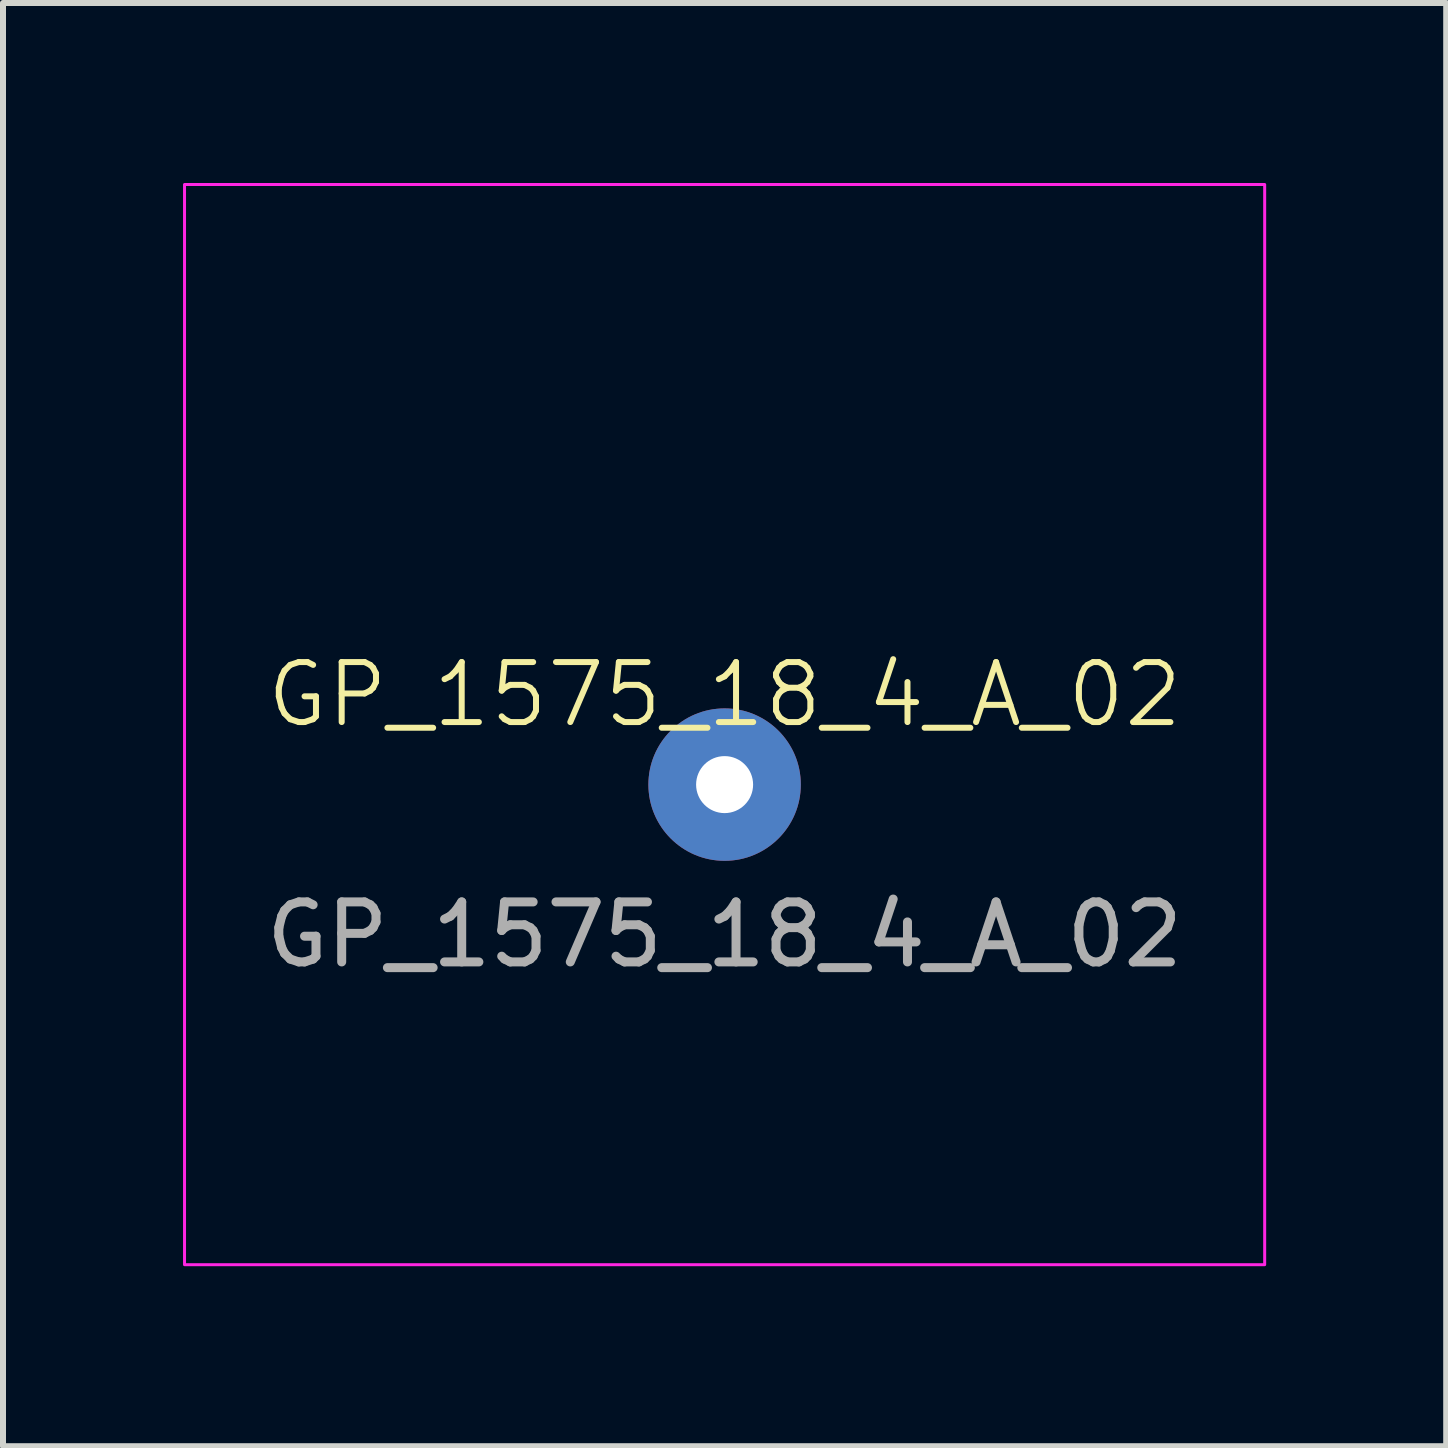
<source format=kicad_pcb>
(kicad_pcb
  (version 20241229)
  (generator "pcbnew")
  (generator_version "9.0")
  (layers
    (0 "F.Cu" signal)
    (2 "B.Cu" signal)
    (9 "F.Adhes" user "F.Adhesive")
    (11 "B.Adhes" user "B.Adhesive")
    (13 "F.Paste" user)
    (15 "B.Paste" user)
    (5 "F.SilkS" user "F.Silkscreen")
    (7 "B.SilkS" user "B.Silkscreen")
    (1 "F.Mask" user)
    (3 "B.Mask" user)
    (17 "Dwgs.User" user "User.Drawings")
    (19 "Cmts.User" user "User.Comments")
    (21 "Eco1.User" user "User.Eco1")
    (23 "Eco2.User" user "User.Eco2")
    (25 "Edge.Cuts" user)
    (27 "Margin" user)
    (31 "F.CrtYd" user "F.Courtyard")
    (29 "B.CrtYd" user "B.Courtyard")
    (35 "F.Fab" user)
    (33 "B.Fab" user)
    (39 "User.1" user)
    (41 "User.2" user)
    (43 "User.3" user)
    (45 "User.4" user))
  (footprint "GP_1575_18_4_A_02"
    (layer "F.Cu")
    (at 9.025 10.025)
    (property "Reference" "GP_1575_18_4_A_02" (at 0 -1.5 0) (unlocked yes) (layer "F.SilkS") (effects (font (size 1 1) (thickness 0.1))))
    (fp_rect (start -9 -10) (end 9 8) (stroke (width 0.05) (type solid)) (fill no) (layer "F.CrtYd"))
    (fp_text user "${REFERENCE}" (at 0 2.5 0) (unlocked yes) (layer "F.Fab") (effects (font (size 1 1) (thickness 0.15))))
    (pad "1" thru_hole circle (at 0 0) (size 2.54 2.54) (drill 0.95) (layers "*.Cu" "*.Mask")))
  (gr_rect
    (start -3 -3)
    (end 21.05 21.05)
    (stroke (width 0.1) (type default))
    (fill no)
    (layer "Edge.Cuts")))
</source>
